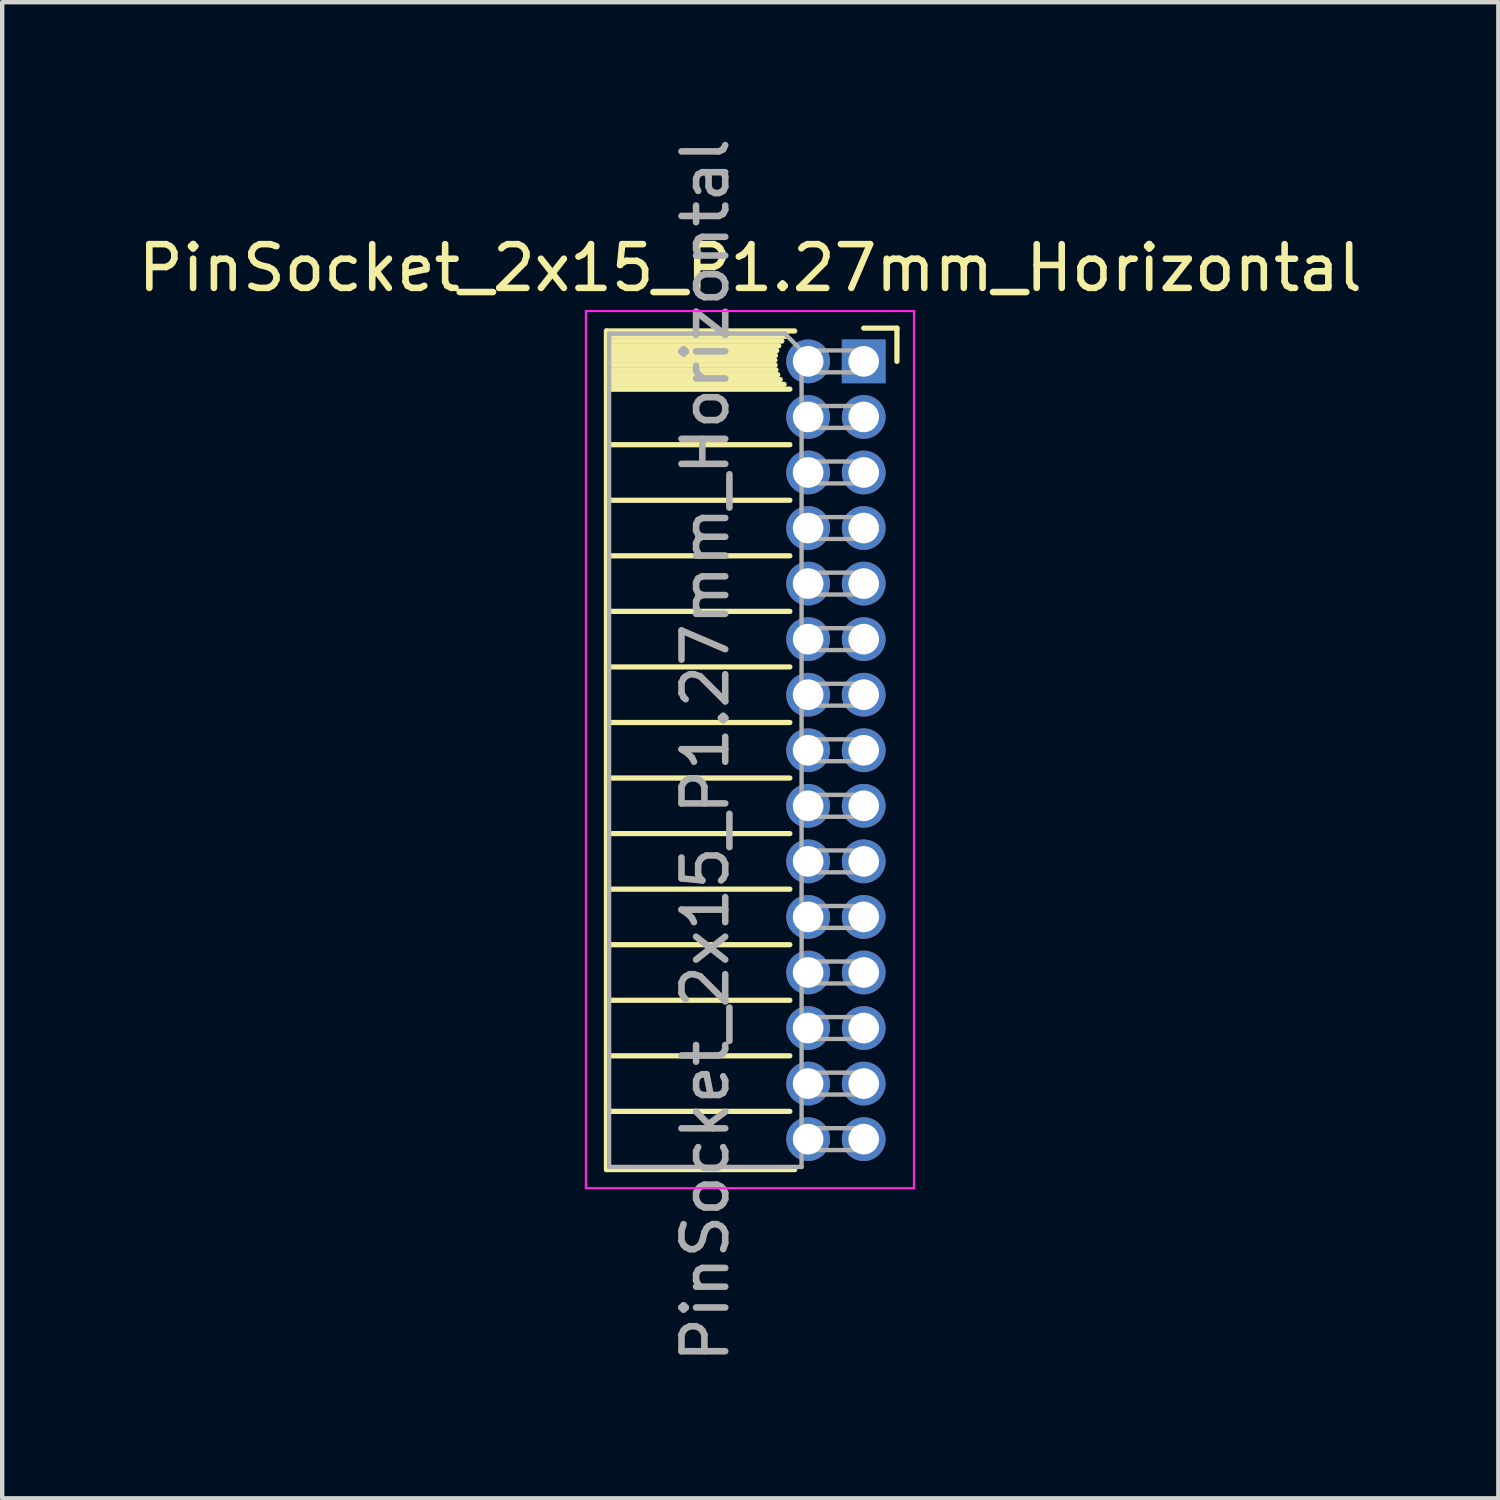
<source format=kicad_pcb>
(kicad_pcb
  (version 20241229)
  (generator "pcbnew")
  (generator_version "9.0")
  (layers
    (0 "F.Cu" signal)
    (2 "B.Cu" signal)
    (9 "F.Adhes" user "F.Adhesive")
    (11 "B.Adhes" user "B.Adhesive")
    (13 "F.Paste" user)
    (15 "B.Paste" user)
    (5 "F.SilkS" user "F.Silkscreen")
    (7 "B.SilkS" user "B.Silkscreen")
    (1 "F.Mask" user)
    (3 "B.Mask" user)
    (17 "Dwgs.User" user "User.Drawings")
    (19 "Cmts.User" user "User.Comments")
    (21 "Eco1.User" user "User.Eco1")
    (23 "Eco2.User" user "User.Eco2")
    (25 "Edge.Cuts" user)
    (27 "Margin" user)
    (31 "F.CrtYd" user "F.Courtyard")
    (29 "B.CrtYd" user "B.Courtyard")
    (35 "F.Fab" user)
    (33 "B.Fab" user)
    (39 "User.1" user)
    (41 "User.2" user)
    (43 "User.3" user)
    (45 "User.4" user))
  (footprint "PinSocket_2x15_P1.27mm_Horizontal"
    (layer "F.Cu")
    (at 16.694 5.211)
    (property "Reference" "PinSocket_2x15_P1.27mm_Horizontal" (at -2.592 -2.135 0) (layer "F.SilkS") (effects (font (size 1 1) (thickness 0.15))))
    (attr through_hole)
    (fp_line (start -5.88 -0.695) (end -5.88 18.475) (stroke (width 0.12) (type solid)) (layer "F.SilkS"))
    (fp_line (start -5.88 -0.695) (end -1.578 -0.695) (stroke (width 0.12) (type solid)) (layer "F.SilkS"))
    (fp_line (start -5.88 -0.575) (end -1.767 -0.575) (stroke (width 0.12) (type solid)) (layer "F.SilkS"))
    (fp_line (start -5.88 -0.465) (end -1.871 -0.465) (stroke (width 0.12) (type solid)) (layer "F.SilkS"))
    (fp_line (start -5.88 -0.355) (end -1.942 -0.355) (stroke (width 0.12) (type solid)) (layer "F.SilkS"))
    (fp_line (start -5.88 -0.245) (end -1.989 -0.245) (stroke (width 0.12) (type solid)) (layer "F.SilkS"))
    (fp_line (start -5.88 -0.135) (end -2.018 -0.135) (stroke (width 0.12) (type solid)) (layer "F.SilkS"))
    (fp_line (start -5.88 -0.025) (end -2.03 -0.025) (stroke (width 0.12) (type solid)) (layer "F.SilkS"))
    (fp_line (start -5.88 0.085) (end -2.025 0.085) (stroke (width 0.12) (type solid)) (layer "F.SilkS"))
    (fp_line (start -5.88 0.195) (end -2.005 0.195) (stroke (width 0.12) (type solid)) (layer "F.SilkS"))
    (fp_line (start -5.88 0.305) (end -1.966 0.305) (stroke (width 0.12) (type solid)) (layer "F.SilkS"))
    (fp_line (start -5.88 0.415) (end -1.907 0.415) (stroke (width 0.12) (type solid)) (layer "F.SilkS"))
    (fp_line (start -5.88 0.525) (end -1.82 0.525) (stroke (width 0.12) (type solid)) (layer "F.SilkS"))
    (fp_line (start -5.88 0.635) (end -1.688 0.635) (stroke (width 0.12) (type solid)) (layer "F.SilkS"))
    (fp_line (start -5.88 1.905) (end -1.688 1.905) (stroke (width 0.12) (type solid)) (layer "F.SilkS"))
    (fp_line (start -5.88 3.175) (end -1.688 3.175) (stroke (width 0.12) (type solid)) (layer "F.SilkS"))
    (fp_line (start -5.88 4.445) (end -1.688 4.445) (stroke (width 0.12) (type solid)) (layer "F.SilkS"))
    (fp_line (start -5.88 5.715) (end -1.688 5.715) (stroke (width 0.12) (type solid)) (layer "F.SilkS"))
    (fp_line (start -5.88 6.985) (end -1.688 6.985) (stroke (width 0.12) (type solid)) (layer "F.SilkS"))
    (fp_line (start -5.88 8.255) (end -1.688 8.255) (stroke (width 0.12) (type solid)) (layer "F.SilkS"))
    (fp_line (start -5.88 9.525) (end -1.688 9.525) (stroke (width 0.12) (type solid)) (layer "F.SilkS"))
    (fp_line (start -5.88 10.795) (end -1.688 10.795) (stroke (width 0.12) (type solid)) (layer "F.SilkS"))
    (fp_line (start -5.88 12.065) (end -1.688 12.065) (stroke (width 0.12) (type solid)) (layer "F.SilkS"))
    (fp_line (start -5.88 13.335) (end -1.688 13.335) (stroke (width 0.12) (type solid)) (layer "F.SilkS"))
    (fp_line (start -5.88 14.605) (end -1.688 14.605) (stroke (width 0.12) (type solid)) (layer "F.SilkS"))
    (fp_line (start -5.88 15.875) (end -1.688 15.875) (stroke (width 0.12) (type solid)) (layer "F.SilkS"))
    (fp_line (start -5.88 17.145) (end -1.688 17.145) (stroke (width 0.12) (type solid)) (layer "F.SilkS"))
    (fp_line (start -5.88 18.475) (end -1.578 18.475) (stroke (width 0.12) (type solid)) (layer "F.SilkS"))
    (fp_line (start 0 -0.76) (end 0.76 -0.76) (stroke (width 0.12) (type solid)) (layer "F.SilkS"))
    (fp_line (start 0.76 -0.76) (end 0.76 0) (stroke (width 0.12) (type solid)) (layer "F.SilkS"))
    (fp_line (start -6.35 -1.15) (end -6.35 18.9) (stroke (width 0.05) (type solid)) (layer "F.CrtYd"))
    (fp_line (start -6.35 18.9) (end 1.15 18.9) (stroke (width 0.05) (type solid)) (layer "F.CrtYd"))
    (fp_line (start 1.15 -1.15) (end -6.35 -1.15) (stroke (width 0.05) (type solid)) (layer "F.CrtYd"))
    (fp_line (start 1.15 18.9) (end 1.15 -1.15) (stroke (width 0.05) (type solid)) (layer "F.CrtYd"))
    (fp_line (start -5.82 -0.635) (end -1.805 -0.635) (stroke (width 0.1) (type solid)) (layer "F.Fab"))
    (fp_line (start -5.82 18.415) (end -5.82 -0.635) (stroke (width 0.1) (type solid)) (layer "F.Fab"))
    (fp_line (start -1.805 -0.635) (end -1.42 -0.25) (stroke (width 0.1) (type solid)) (layer "F.Fab"))
    (fp_line (start -1.42 -0.25) (end -1.42 18.415) (stroke (width 0.1) (type solid)) (layer "F.Fab"))
    (fp_line (start -1.42 0.25) (end 0 0.25) (stroke (width 0.1) (type solid)) (layer "F.Fab"))
    (fp_line (start -1.42 1.52) (end 0 1.52) (stroke (width 0.1) (type solid)) (layer "F.Fab"))
    (fp_line (start -1.42 2.79) (end 0 2.79) (stroke (width 0.1) (type solid)) (layer "F.Fab"))
    (fp_line (start -1.42 4.06) (end 0 4.06) (stroke (width 0.1) (type solid)) (layer "F.Fab"))
    (fp_line (start -1.42 5.33) (end 0 5.33) (stroke (width 0.1) (type solid)) (layer "F.Fab"))
    (fp_line (start -1.42 6.6) (end 0 6.6) (stroke (width 0.1) (type solid)) (layer "F.Fab"))
    (fp_line (start -1.42 7.87) (end 0 7.87) (stroke (width 0.1) (type solid)) (layer "F.Fab"))
    (fp_line (start -1.42 9.14) (end 0 9.14) (stroke (width 0.1) (type solid)) (layer "F.Fab"))
    (fp_line (start -1.42 10.41) (end 0 10.41) (stroke (width 0.1) (type solid)) (layer "F.Fab"))
    (fp_line (start -1.42 11.68) (end 0 11.68) (stroke (width 0.1) (type solid)) (layer "F.Fab"))
    (fp_line (start -1.42 12.95) (end 0 12.95) (stroke (width 0.1) (type solid)) (layer "F.Fab"))
    (fp_line (start -1.42 14.22) (end 0 14.22) (stroke (width 0.1) (type solid)) (layer "F.Fab"))
    (fp_line (start -1.42 15.49) (end 0 15.49) (stroke (width 0.1) (type solid)) (layer "F.Fab"))
    (fp_line (start -1.42 16.76) (end 0 16.76) (stroke (width 0.1) (type solid)) (layer "F.Fab"))
    (fp_line (start -1.42 18.03) (end 0 18.03) (stroke (width 0.1) (type solid)) (layer "F.Fab"))
    (fp_line (start -1.42 18.415) (end -5.82 18.415) (stroke (width 0.1) (type solid)) (layer "F.Fab"))
    (fp_line (start 0 -0.25) (end -1.42 -0.25) (stroke (width 0.1) (type solid)) (layer "F.Fab"))
    (fp_line (start 0 0.25) (end 0 -0.25) (stroke (width 0.1) (type solid)) (layer "F.Fab"))
    (fp_line (start 0 1.02) (end -1.42 1.02) (stroke (width 0.1) (type solid)) (layer "F.Fab"))
    (fp_line (start 0 1.52) (end 0 1.02) (stroke (width 0.1) (type solid)) (layer "F.Fab"))
    (fp_line (start 0 2.29) (end -1.42 2.29) (stroke (width 0.1) (type solid)) (layer "F.Fab"))
    (fp_line (start 0 2.79) (end 0 2.29) (stroke (width 0.1) (type solid)) (layer "F.Fab"))
    (fp_line (start 0 3.56) (end -1.42 3.56) (stroke (width 0.1) (type solid)) (layer "F.Fab"))
    (fp_line (start 0 4.06) (end 0 3.56) (stroke (width 0.1) (type solid)) (layer "F.Fab"))
    (fp_line (start 0 4.83) (end -1.42 4.83) (stroke (width 0.1) (type solid)) (layer "F.Fab"))
    (fp_line (start 0 5.33) (end 0 4.83) (stroke (width 0.1) (type solid)) (layer "F.Fab"))
    (fp_line (start 0 6.1) (end -1.42 6.1) (stroke (width 0.1) (type solid)) (layer "F.Fab"))
    (fp_line (start 0 6.6) (end 0 6.1) (stroke (width 0.1) (type solid)) (layer "F.Fab"))
    (fp_line (start 0 7.37) (end -1.42 7.37) (stroke (width 0.1) (type solid)) (layer "F.Fab"))
    (fp_line (start 0 7.87) (end 0 7.37) (stroke (width 0.1) (type solid)) (layer "F.Fab"))
    (fp_line (start 0 8.64) (end -1.42 8.64) (stroke (width 0.1) (type solid)) (layer "F.Fab"))
    (fp_line (start 0 9.14) (end 0 8.64) (stroke (width 0.1) (type solid)) (layer "F.Fab"))
    (fp_line (start 0 9.91) (end -1.42 9.91) (stroke (width 0.1) (type solid)) (layer "F.Fab"))
    (fp_line (start 0 10.41) (end 0 9.91) (stroke (width 0.1) (type solid)) (layer "F.Fab"))
    (fp_line (start 0 11.18) (end -1.42 11.18) (stroke (width 0.1) (type solid)) (layer "F.Fab"))
    (fp_line (start 0 11.68) (end 0 11.18) (stroke (width 0.1) (type solid)) (layer "F.Fab"))
    (fp_line (start 0 12.45) (end -1.42 12.45) (stroke (width 0.1) (type solid)) (layer "F.Fab"))
    (fp_line (start 0 12.95) (end 0 12.45) (stroke (width 0.1) (type solid)) (layer "F.Fab"))
    (fp_line (start 0 13.72) (end -1.42 13.72) (stroke (width 0.1) (type solid)) (layer "F.Fab"))
    (fp_line (start 0 14.22) (end 0 13.72) (stroke (width 0.1) (type solid)) (layer "F.Fab"))
    (fp_line (start 0 14.99) (end -1.42 14.99) (stroke (width 0.1) (type solid)) (layer "F.Fab"))
    (fp_line (start 0 15.49) (end 0 14.99) (stroke (width 0.1) (type solid)) (layer "F.Fab"))
    (fp_line (start 0 16.26) (end -1.42 16.26) (stroke (width 0.1) (type solid)) (layer "F.Fab"))
    (fp_line (start 0 16.76) (end 0 16.26) (stroke (width 0.1) (type solid)) (layer "F.Fab"))
    (fp_line (start 0 17.53) (end -1.42 17.53) (stroke (width 0.1) (type solid)) (layer "F.Fab"))
    (fp_line (start 0 18.03) (end 0 17.53) (stroke (width 0.1) (type solid)) (layer "F.Fab"))
    (fp_text user "${REFERENCE}" (at -3.62 8.89 90) (layer "F.Fab") (effects (font (size 1 1) (thickness 0.15))))
    (pad "1" thru_hole rect (at 0 0) (size 1 1) (drill 0.7) (layers "*.Cu" "*.Mask"))
    (pad "2" thru_hole oval (at -1.27 0) (size 1 1) (drill 0.7) (layers "*.Cu" "*.Mask"))
    (pad "3" thru_hole oval (at 0 1.27) (size 1 1) (drill 0.7) (layers "*.Cu" "*.Mask"))
    (pad "4" thru_hole oval (at -1.27 1.27) (size 1 1) (drill 0.7) (layers "*.Cu" "*.Mask"))
    (pad "5" thru_hole oval (at 0 2.54) (size 1 1) (drill 0.7) (layers "*.Cu" "*.Mask"))
    (pad "6" thru_hole oval (at -1.27 2.54) (size 1 1) (drill 0.7) (layers "*.Cu" "*.Mask"))
    (pad "7" thru_hole oval (at 0 3.81) (size 1 1) (drill 0.7) (layers "*.Cu" "*.Mask"))
    (pad "8" thru_hole oval (at -1.27 3.81) (size 1 1) (drill 0.7) (layers "*.Cu" "*.Mask"))
    (pad "9" thru_hole oval (at 0 5.08) (size 1 1) (drill 0.7) (layers "*.Cu" "*.Mask"))
    (pad "10" thru_hole oval (at -1.27 5.08) (size 1 1) (drill 0.7) (layers "*.Cu" "*.Mask"))
    (pad "11" thru_hole oval (at 0 6.35) (size 1 1) (drill 0.7) (layers "*.Cu" "*.Mask"))
    (pad "12" thru_hole oval (at -1.27 6.35) (size 1 1) (drill 0.7) (layers "*.Cu" "*.Mask"))
    (pad "13" thru_hole oval (at 0 7.62) (size 1 1) (drill 0.7) (layers "*.Cu" "*.Mask"))
    (pad "14" thru_hole oval (at -1.27 7.62) (size 1 1) (drill 0.7) (layers "*.Cu" "*.Mask"))
    (pad "15" thru_hole oval (at 0 8.89) (size 1 1) (drill 0.7) (layers "*.Cu" "*.Mask"))
    (pad "16" thru_hole oval (at -1.27 8.89) (size 1 1) (drill 0.7) (layers "*.Cu" "*.Mask"))
    (pad "17" thru_hole oval (at 0 10.16) (size 1 1) (drill 0.7) (layers "*.Cu" "*.Mask"))
    (pad "18" thru_hole oval (at -1.27 10.16) (size 1 1) (drill 0.7) (layers "*.Cu" "*.Mask"))
    (pad "19" thru_hole oval (at 0 11.43) (size 1 1) (drill 0.7) (layers "*.Cu" "*.Mask"))
    (pad "20" thru_hole oval (at -1.27 11.43) (size 1 1) (drill 0.7) (layers "*.Cu" "*.Mask"))
    (pad "21" thru_hole oval (at 0 12.7) (size 1 1) (drill 0.7) (layers "*.Cu" "*.Mask"))
    (pad "22" thru_hole oval (at -1.27 12.7) (size 1 1) (drill 0.7) (layers "*.Cu" "*.Mask"))
    (pad "23" thru_hole oval (at 0 13.97) (size 1 1) (drill 0.7) (layers "*.Cu" "*.Mask"))
    (pad "24" thru_hole oval (at -1.27 13.97) (size 1 1) (drill 0.7) (layers "*.Cu" "*.Mask"))
    (pad "25" thru_hole oval (at 0 15.24) (size 1 1) (drill 0.7) (layers "*.Cu" "*.Mask"))
    (pad "26" thru_hole oval (at -1.27 15.24) (size 1 1) (drill 0.7) (layers "*.Cu" "*.Mask"))
    (pad "27" thru_hole oval (at 0 16.51) (size 1 1) (drill 0.7) (layers "*.Cu" "*.Mask"))
    (pad "28" thru_hole oval (at -1.27 16.51) (size 1 1) (drill 0.7) (layers "*.Cu" "*.Mask"))
    (pad "29" thru_hole oval (at 0 17.78) (size 1 1) (drill 0.7) (layers "*.Cu" "*.Mask"))
    (pad "30" thru_hole oval (at -1.27 17.78) (size 1 1) (drill 0.7) (layers "*.Cu" "*.Mask")))
  (gr_rect
    (start -3 -3)
    (end 31.202 31.202)
    (stroke (width 0.1) (type default))
    (fill no)
    (layer "Edge.Cuts")))
</source>
